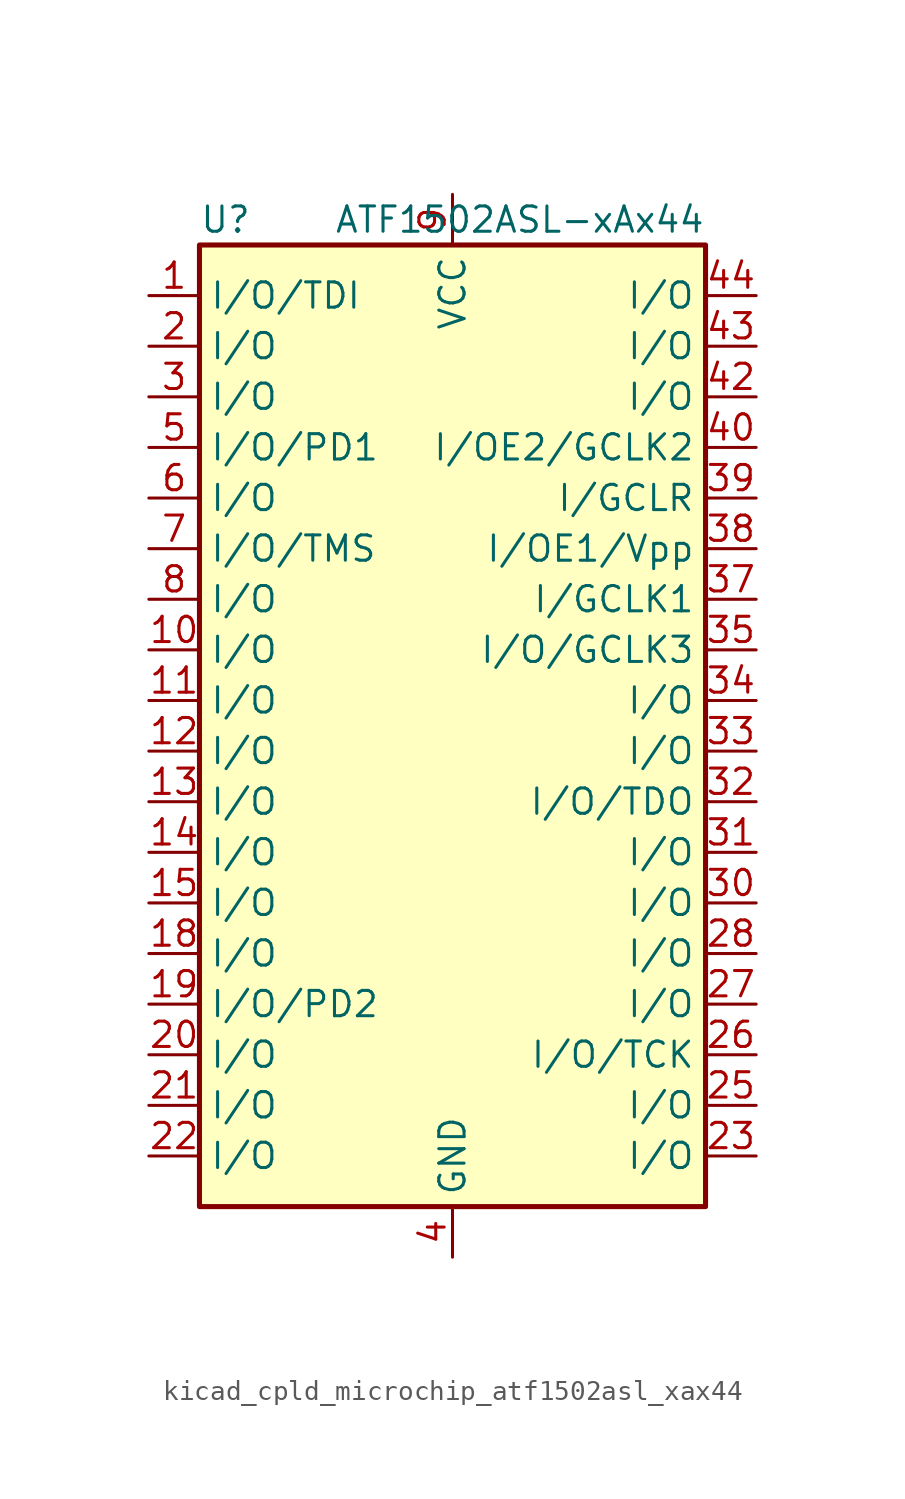
<source format=kicad_sym>
(kicad_symbol_lib
  (version 20220914)
  (generator kicad_symbol_editor)
  (symbol "kicad_cpld_microchip_atf1502asl_xax44"
    (property "Reference" "U"
      (at -12.7 24.13 0)
      (effects (font (size 1.27 1.27)) (justify left)))
    (property "Value" "ATF1502ASL-xAx44"
      (at 12.7 24.13 0)
      (effects (font (size 1.27 1.27)) (justify right)))
    (symbol "kicad_cpld_microchip_atf1502asl_xax44_0_1"
      (rectangle (start -12.7 22.86) (end 12.7 -25.4) (stroke (width 0.254) (type default)) (fill (type background))))
    (symbol "kicad_cpld_microchip_atf1502asl_xax44_1_1"
      (pin bidirectional line (at -15.24 20.32 0) (length 2.54) (name "I/O/TDI" (effects (font (size 1.27 1.27)))) (number "1" (effects (font (size 1.27 1.27)))))
      (pin bidirectional line (at -15.24 2.54 0) (length 2.54) (name "I/O" (effects (font (size 1.27 1.27)))) (number "10" (effects (font (size 1.27 1.27)))))
      (pin bidirectional line (at -15.24 0 0) (length 2.54) (name "I/O" (effects (font (size 1.27 1.27)))) (number "11" (effects (font (size 1.27 1.27)))))
      (pin bidirectional line (at -15.24 -2.54 0) (length 2.54) (name "I/O" (effects (font (size 1.27 1.27)))) (number "12" (effects (font (size 1.27 1.27)))))
      (pin bidirectional line (at -15.24 -5.08 0) (length 2.54) (name "I/O" (effects (font (size 1.27 1.27)))) (number "13" (effects (font (size 1.27 1.27)))))
      (pin bidirectional line (at -15.24 -7.62 0) (length 2.54) (name "I/O" (effects (font (size 1.27 1.27)))) (number "14" (effects (font (size 1.27 1.27)))))
      (pin bidirectional line (at -15.24 -10.16 0) (length 2.54) (name "I/O" (effects (font (size 1.27 1.27)))) (number "15" (effects (font (size 1.27 1.27)))))
      (pin passive line (at 0 -27.94 90) (length 2.54) hide (name "GND" (effects (font (size 1.27 1.27)))) (number "16" (effects (font (size 1.27 1.27)))))
      (pin passive line (at 0 25.4 270) (length 2.54) hide (name "VCC" (effects (font (size 1.27 1.27)))) (number "17" (effects (font (size 1.27 1.27)))))
      (pin bidirectional line (at -15.24 -12.7 0) (length 2.54) (name "I/O" (effects (font (size 1.27 1.27)))) (number "18" (effects (font (size 1.27 1.27)))))
      (pin bidirectional line (at -15.24 -15.24 0) (length 2.54) (name "I/O/PD2" (effects (font (size 1.27 1.27)))) (number "19" (effects (font (size 1.27 1.27)))))
      (pin bidirectional line (at -15.24 17.78 0) (length 2.54) (name "I/O" (effects (font (size 1.27 1.27)))) (number "2" (effects (font (size 1.27 1.27)))))
      (pin bidirectional line (at -15.24 -17.78 0) (length 2.54) (name "I/O" (effects (font (size 1.27 1.27)))) (number "20" (effects (font (size 1.27 1.27)))))
      (pin bidirectional line (at -15.24 -20.32 0) (length 2.54) (name "I/O" (effects (font (size 1.27 1.27)))) (number "21" (effects (font (size 1.27 1.27)))))
      (pin bidirectional line (at -15.24 -22.86 0) (length 2.54) (name "I/O" (effects (font (size 1.27 1.27)))) (number "22" (effects (font (size 1.27 1.27)))))
      (pin bidirectional line (at 15.24 -22.86 180) (length 2.54) (name "I/O" (effects (font (size 1.27 1.27)))) (number "23" (effects (font (size 1.27 1.27)))))
      (pin passive line (at 0 -27.94 90) (length 2.54) hide (name "GND" (effects (font (size 1.27 1.27)))) (number "24" (effects (font (size 1.27 1.27)))))
      (pin bidirectional line (at 15.24 -20.32 180) (length 2.54) (name "I/O" (effects (font (size 1.27 1.27)))) (number "25" (effects (font (size 1.27 1.27)))))
      (pin bidirectional line (at 15.24 -17.78 180) (length 2.54) (name "I/O/TCK" (effects (font (size 1.27 1.27)))) (number "26" (effects (font (size 1.27 1.27)))))
      (pin bidirectional line (at 15.24 -15.24 180) (length 2.54) (name "I/O" (effects (font (size 1.27 1.27)))) (number "27" (effects (font (size 1.27 1.27)))))
      (pin bidirectional line (at 15.24 -12.7 180) (length 2.54) (name "I/O" (effects (font (size 1.27 1.27)))) (number "28" (effects (font (size 1.27 1.27)))))
      (pin passive line (at 0 25.4 270) (length 2.54) hide (name "VCC" (effects (font (size 1.27 1.27)))) (number "29" (effects (font (size 1.27 1.27)))))
      (pin bidirectional line (at -15.24 15.24 0) (length 2.54) (name "I/O" (effects (font (size 1.27 1.27)))) (number "3" (effects (font (size 1.27 1.27)))))
      (pin bidirectional line (at 15.24 -10.16 180) (length 2.54) (name "I/O" (effects (font (size 1.27 1.27)))) (number "30" (effects (font (size 1.27 1.27)))))
      (pin bidirectional line (at 15.24 -7.62 180) (length 2.54) (name "I/O" (effects (font (size 1.27 1.27)))) (number "31" (effects (font (size 1.27 1.27)))))
      (pin bidirectional line (at 15.24 -5.08 180) (length 2.54) (name "I/O/TDO" (effects (font (size 1.27 1.27)))) (number "32" (effects (font (size 1.27 1.27)))))
      (pin bidirectional line (at 15.24 -2.54 180) (length 2.54) (name "I/O" (effects (font (size 1.27 1.27)))) (number "33" (effects (font (size 1.27 1.27)))))
      (pin bidirectional line (at 15.24 0 180) (length 2.54) (name "I/O" (effects (font (size 1.27 1.27)))) (number "34" (effects (font (size 1.27 1.27)))))
      (pin bidirectional line (at 15.24 2.54 180) (length 2.54) (name "I/O/GCLK3" (effects (font (size 1.27 1.27)))) (number "35" (effects (font (size 1.27 1.27)))))
      (pin passive line (at 0 -27.94 90) (length 2.54) hide (name "GND" (effects (font (size 1.27 1.27)))) (number "36" (effects (font (size 1.27 1.27)))))
      (pin input line (at 15.24 5.08 180) (length 2.54) (name "I/GCLK1" (effects (font (size 1.27 1.27)))) (number "37" (effects (font (size 1.27 1.27)))))
      (pin input line (at 15.24 7.62 180) (length 2.54) (name "I/OE1/Vpp" (effects (font (size 1.27 1.27)))) (number "38" (effects (font (size 1.27 1.27)))))
      (pin input line (at 15.24 10.16 180) (length 2.54) (name "I/GCLR" (effects (font (size 1.27 1.27)))) (number "39" (effects (font (size 1.27 1.27)))))
      (pin power_in line (at 0 -27.94 90) (length 2.54) (name "GND" (effects (font (size 1.27 1.27)))) (number "4" (effects (font (size 1.27 1.27)))))
      (pin input line (at 15.24 12.7 180) (length 2.54) (name "I/OE2/GCLK2" (effects (font (size 1.27 1.27)))) (number "40" (effects (font (size 1.27 1.27)))))
      (pin passive line (at 0 25.4 270) (length 2.54) hide (name "VCC" (effects (font (size 1.27 1.27)))) (number "41" (effects (font (size 1.27 1.27)))))
      (pin bidirectional line (at 15.24 15.24 180) (length 2.54) (name "I/O" (effects (font (size 1.27 1.27)))) (number "42" (effects (font (size 1.27 1.27)))))
      (pin bidirectional line (at 15.24 17.78 180) (length 2.54) (name "I/O" (effects (font (size 1.27 1.27)))) (number "43" (effects (font (size 1.27 1.27)))))
      (pin bidirectional line (at 15.24 20.32 180) (length 2.54) (name "I/O" (effects (font (size 1.27 1.27)))) (number "44" (effects (font (size 1.27 1.27)))))
      (pin bidirectional line (at -15.24 12.7 0) (length 2.54) (name "I/O/PD1" (effects (font (size 1.27 1.27)))) (number "5" (effects (font (size 1.27 1.27)))))
      (pin bidirectional line (at -15.24 10.16 0) (length 2.54) (name "I/O" (effects (font (size 1.27 1.27)))) (number "6" (effects (font (size 1.27 1.27)))))
      (pin bidirectional line (at -15.24 7.62 0) (length 2.54) (name "I/O/TMS" (effects (font (size 1.27 1.27)))) (number "7" (effects (font (size 1.27 1.27)))))
      (pin bidirectional line (at -15.24 5.08 0) (length 2.54) (name "I/O" (effects (font (size 1.27 1.27)))) (number "8" (effects (font (size 1.27 1.27)))))
      (pin power_in line (at 0 25.4 270) (length 2.54) (name "VCC" (effects (font (size 1.27 1.27)))) (number "9" (effects (font (size 1.27 1.27))))))))
</source>
